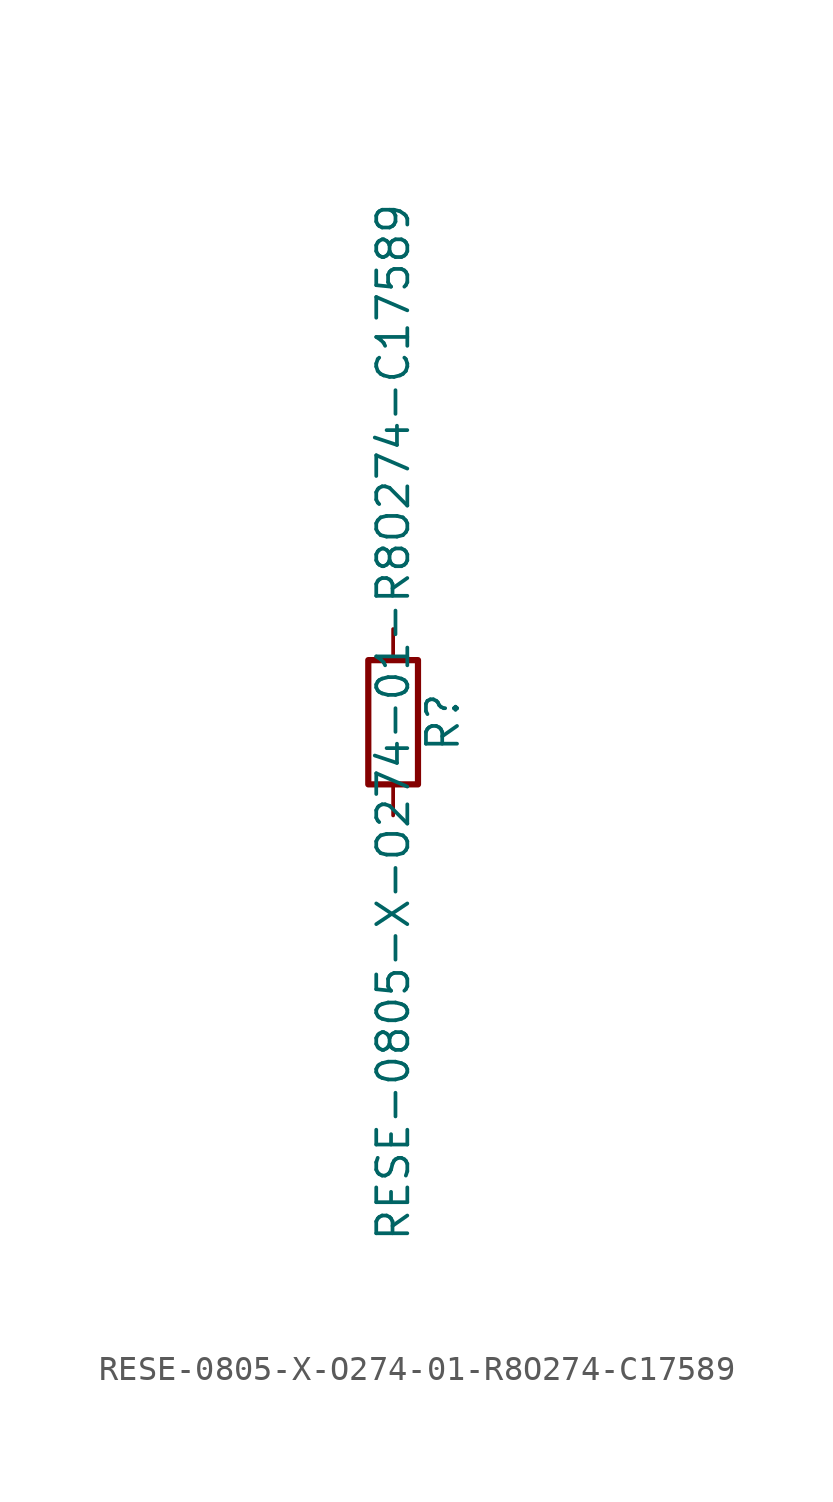
<source format=kicad_sym>
(kicad_symbol_lib
  (version 20211014)
  (generator kicad_symbol_editor)
  (symbol "RESE-0805-X-O274-01-R8O274-C17589"
    (pin_numbers hide)
    (pin_names
      (offset 0))
    (property "Reference" "R"
      (at 2.032 0 90)
      (effects (font (size 1.27 1.27))))
    (property "Value" "RESE-0805-X-O274-01-R8O274-C17589"
      (at 0 0 90)
      (effects (font (size 1.27 1.27))))
    (symbol "RESE-0805-X-O274-01-R8O274-C17589_0_1"
      (rectangle (start -1.016 -2.54) (end 1.016 2.54) (stroke (width 0.254) (type default) (color 0 0 0 0)) (fill (type none))))
    (symbol "RESE-0805-X-O274-01-R8O274-C17589_1_1"
      (pin passive line (at 0 3.81 270) (length 1.27) (name "~" (effects (font (size 1.27 1.27)))) (number "1" (effects (font (size 1.27 1.27)))))
      (pin passive line (at 0 -3.81 90) (length 1.27) (name "~" (effects (font (size 1.27 1.27)))) (number "2" (effects (font (size 1.27 1.27))))))))
</source>
